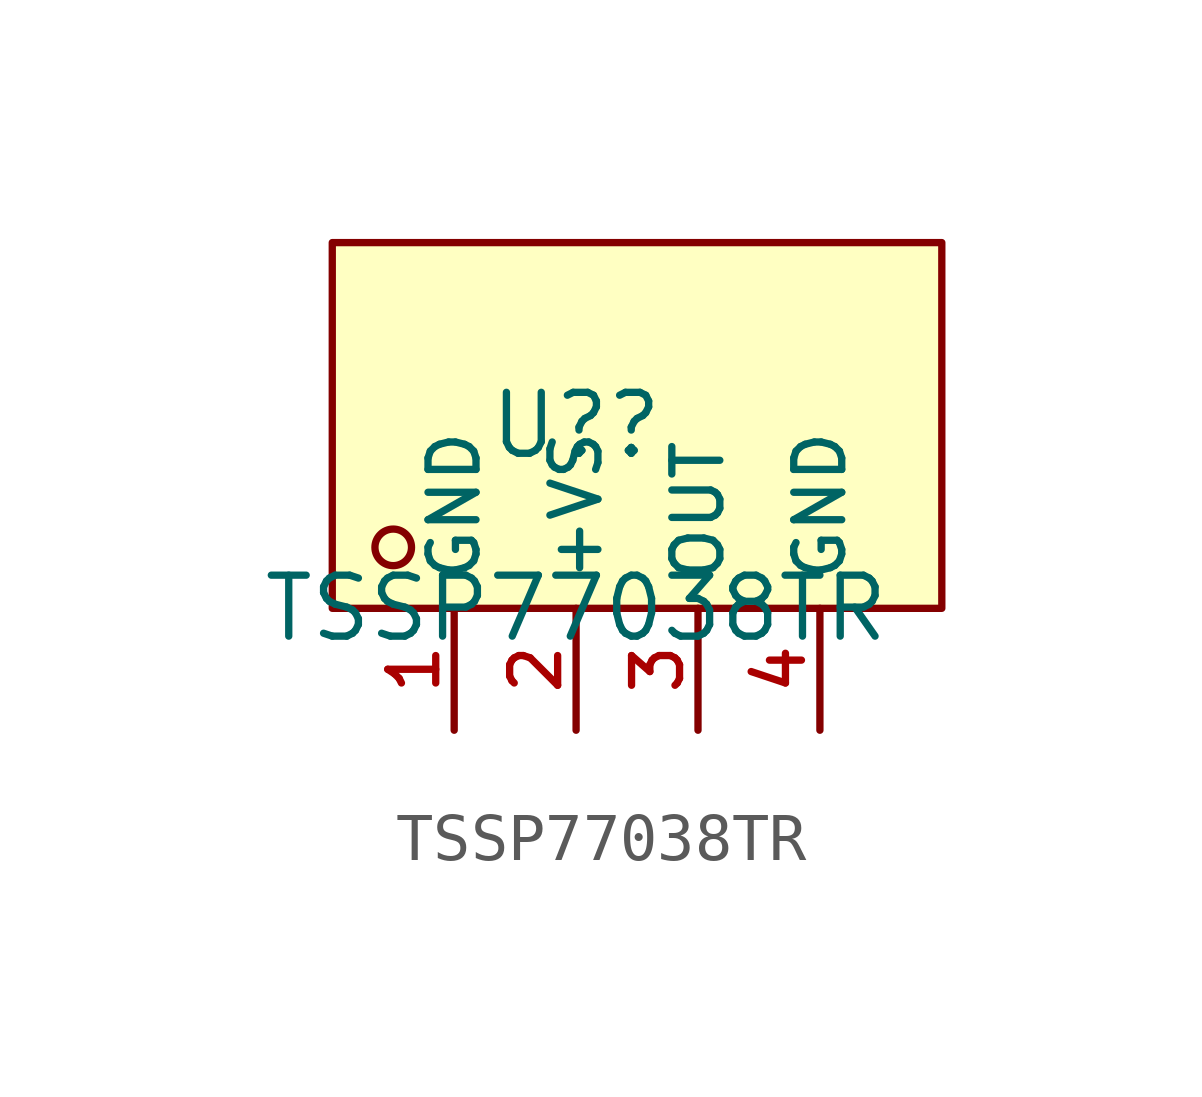
<source format=kicad_sym>
(kicad_symbol_lib
  (version 20241209)
  (generator "kicad_symbol_editor")
  (generator_version "9.0")
  (symbol "TSSP77038TR"
    (property "Reference" "U?"
      (at 0 1.27 0)
      (effects (font (size 1.27 1.27))))
    (property "Value" "TSSP77038TR"
      (at 0 -2.54 0)
      (effects (font (size 1.27 1.27))))
    (symbol "TSSP77038TR_0_1"
      (rectangle (start -5.08 5.08) (end 7.62 -2.54) (stroke (width 0) (type default)) (fill (type background)))
      (circle (center -3.81 -1.27) (radius 0.381) (stroke (width 0) (type default)) (fill (type background)))
      (pin unspecified line (at -2.54 -5.08 90) (length 2.54) (name "GND" (effects (font (size 1 1)))) (number "1" (effects (font (size 1 1)))))
      (pin unspecified line (at 0 -5.08 90) (length 2.54) (name "+VS" (effects (font (size 1 1)))) (number "2" (effects (font (size 1 1)))))
      (pin unspecified line (at 2.54 -5.08 90) (length 2.54) (name "OUT" (effects (font (size 1 1)))) (number "3" (effects (font (size 1 1)))))
      (pin unspecified line (at 5.08 -5.08 90) (length 2.54) (name "GND" (effects (font (size 1 1)))) (number "4" (effects (font (size 1 1))))))))
</source>
